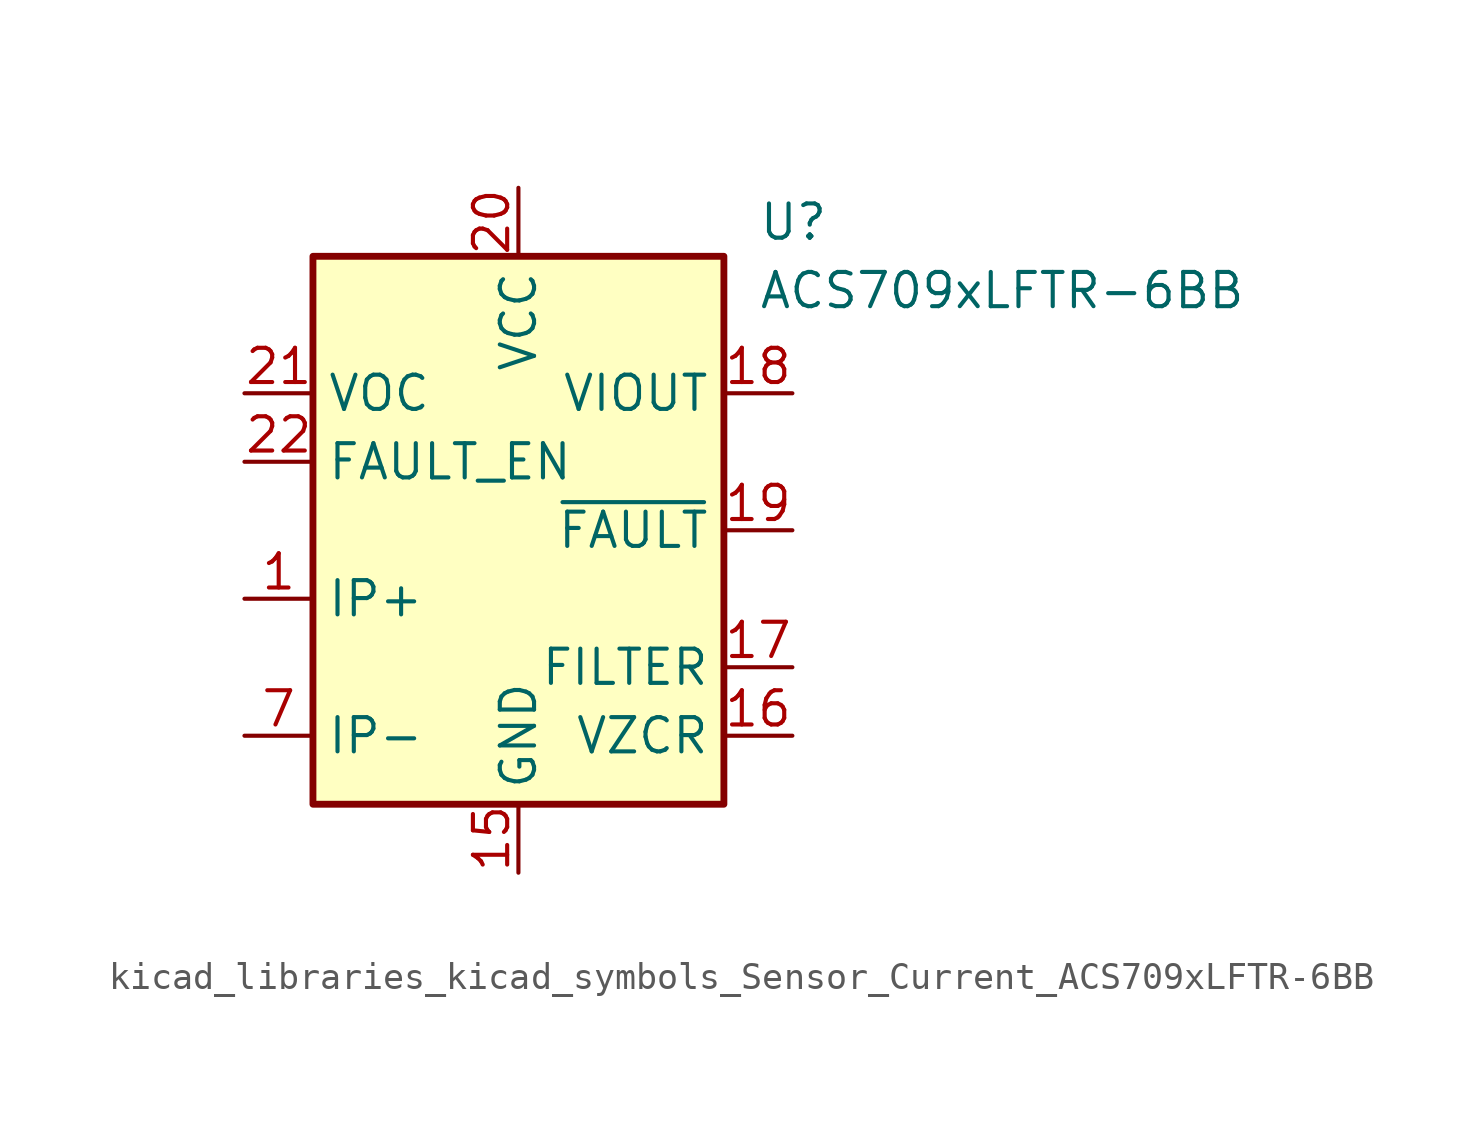
<source format=kicad_sym>
(kicad_symbol_lib
  (version 20220914)
  (generator kicad_symbol_editor)
  (symbol "kicad_libraries_kicad_symbols_Sensor_Current_ACS709xLFTR-6BB"
    (property "Reference" "U"
      (at 8.89 11.43 0)
      (effects (font (size 1.27 1.27)) (justify left)))
    (property "Value" "ACS709xLFTR-6BB"
      (at 8.89 8.89 0)
      (effects (font (size 1.27 1.27)) (justify left)))
    (symbol "kicad_libraries_kicad_symbols_Sensor_Current_ACS709xLFTR-6BB_0_1"
      (rectangle (start -7.62 10.16) (end 7.62 -10.16) (stroke (width 0.254) (type default)) (fill (type background))))
    (symbol "kicad_libraries_kicad_symbols_Sensor_Current_ACS709xLFTR-6BB_1_1"
      (pin passive line (at -10.16 -2.54 0) (length 2.54) (name "IP+" (effects (font (size 1.27 1.27)))) (number "1" (effects (font (size 1.27 1.27)))))
      (pin passive line (at -10.16 -7.62 0) (length 2.54) hide (name "IP-" (effects (font (size 1.27 1.27)))) (number "10" (effects (font (size 1.27 1.27)))))
      (pin passive line (at -10.16 -7.62 0) (length 2.54) hide (name "IP-" (effects (font (size 1.27 1.27)))) (number "11" (effects (font (size 1.27 1.27)))))
      (pin passive line (at -10.16 -7.62 0) (length 2.54) hide (name "IP-" (effects (font (size 1.27 1.27)))) (number "12" (effects (font (size 1.27 1.27)))))
      (pin no_connect line (at -7.62 10.16 0) (length 2.54) hide (name "NC" (effects (font (size 1.27 1.27)))) (number "13" (effects (font (size 1.27 1.27)))))
      (pin no_connect line (at -7.62 7.62 0) (length 2.54) hide (name "NC" (effects (font (size 1.27 1.27)))) (number "14" (effects (font (size 1.27 1.27)))))
      (pin power_in line (at 0 -12.7 90) (length 2.54) (name "GND" (effects (font (size 1.27 1.27)))) (number "15" (effects (font (size 1.27 1.27)))))
      (pin passive line (at 10.16 -7.62 180) (length 2.54) (name "VZCR" (effects (font (size 1.27 1.27)))) (number "16" (effects (font (size 1.27 1.27)))))
      (pin passive line (at 10.16 -5.08 180) (length 2.54) (name "FILTER" (effects (font (size 1.27 1.27)))) (number "17" (effects (font (size 1.27 1.27)))))
      (pin output line (at 10.16 5.08 180) (length 2.54) (name "VIOUT" (effects (font (size 1.27 1.27)))) (number "18" (effects (font (size 1.27 1.27)))))
      (pin output line (at 10.16 0 180) (length 2.54) (name "~{FAULT}" (effects (font (size 1.27 1.27)))) (number "19" (effects (font (size 1.27 1.27)))))
      (pin passive line (at -10.16 -2.54 0) (length 2.54) hide (name "IP+" (effects (font (size 1.27 1.27)))) (number "2" (effects (font (size 1.27 1.27)))))
      (pin power_in line (at 0 12.7 270) (length 2.54) (name "VCC" (effects (font (size 1.27 1.27)))) (number "20" (effects (font (size 1.27 1.27)))))
      (pin input line (at -10.16 5.08 0) (length 2.54) (name "VOC" (effects (font (size 1.27 1.27)))) (number "21" (effects (font (size 1.27 1.27)))))
      (pin input line (at -10.16 2.54 0) (length 2.54) (name "FAULT_EN" (effects (font (size 1.27 1.27)))) (number "22" (effects (font (size 1.27 1.27)))))
      (pin no_connect line (at -7.62 0 0) (length 2.54) hide (name "NC" (effects (font (size 1.27 1.27)))) (number "23" (effects (font (size 1.27 1.27)))))
      (pin no_connect line (at -7.62 -5.08 0) (length 2.54) hide (name "NC" (effects (font (size 1.27 1.27)))) (number "24" (effects (font (size 1.27 1.27)))))
      (pin passive line (at -10.16 -2.54 0) (length 2.54) hide (name "IP+" (effects (font (size 1.27 1.27)))) (number "3" (effects (font (size 1.27 1.27)))))
      (pin passive line (at -10.16 -2.54 0) (length 2.54) hide (name "IP+" (effects (font (size 1.27 1.27)))) (number "4" (effects (font (size 1.27 1.27)))))
      (pin passive line (at -10.16 -2.54 0) (length 2.54) hide (name "IP+" (effects (font (size 1.27 1.27)))) (number "5" (effects (font (size 1.27 1.27)))))
      (pin passive line (at -10.16 -2.54 0) (length 2.54) hide (name "IP+" (effects (font (size 1.27 1.27)))) (number "6" (effects (font (size 1.27 1.27)))))
      (pin passive line (at -10.16 -7.62 0) (length 2.54) (name "IP-" (effects (font (size 1.27 1.27)))) (number "7" (effects (font (size 1.27 1.27)))))
      (pin passive line (at -10.16 -7.62 0) (length 2.54) hide (name "IP-" (effects (font (size 1.27 1.27)))) (number "8" (effects (font (size 1.27 1.27)))))
      (pin passive line (at -10.16 -7.62 0) (length 2.54) hide (name "IP-" (effects (font (size 1.27 1.27)))) (number "9" (effects (font (size 1.27 1.27))))))))
</source>
